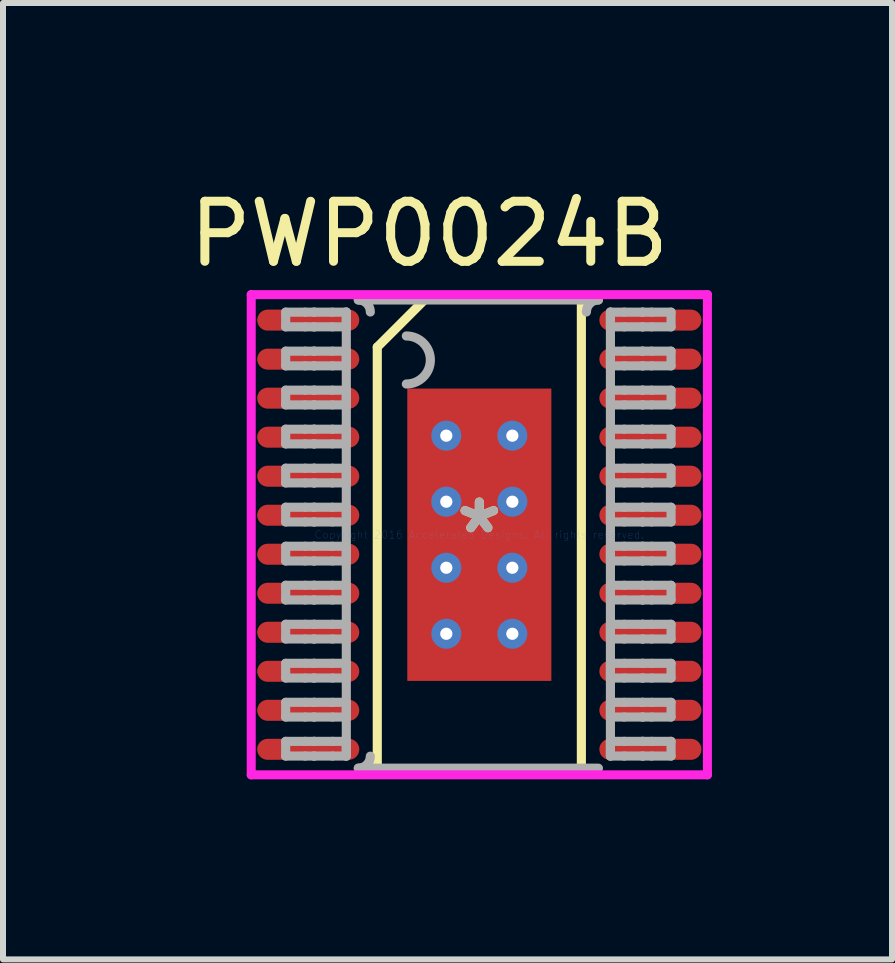
<source format=kicad_pcb>
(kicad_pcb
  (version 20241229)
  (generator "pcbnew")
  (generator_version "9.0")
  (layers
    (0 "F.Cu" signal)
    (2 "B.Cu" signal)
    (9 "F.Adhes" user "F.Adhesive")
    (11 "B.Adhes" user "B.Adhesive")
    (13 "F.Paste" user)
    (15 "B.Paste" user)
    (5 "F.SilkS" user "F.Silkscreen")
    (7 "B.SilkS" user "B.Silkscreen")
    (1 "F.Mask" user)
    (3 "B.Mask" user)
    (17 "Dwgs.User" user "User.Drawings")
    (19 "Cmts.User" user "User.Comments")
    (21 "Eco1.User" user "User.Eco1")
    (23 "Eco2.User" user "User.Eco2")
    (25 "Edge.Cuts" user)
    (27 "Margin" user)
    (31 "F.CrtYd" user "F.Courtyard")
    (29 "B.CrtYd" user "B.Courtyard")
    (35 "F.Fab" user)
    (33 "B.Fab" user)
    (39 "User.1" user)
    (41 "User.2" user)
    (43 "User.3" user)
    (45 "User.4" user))
  (footprint "PWP0024B"
    (layer "F.Cu")
    (at 4.935 5.858)
    (property "Reference" "PWP0024B" (at -0.834 -5.01 0) (layer "F.SilkS") (effects (font (size 1 1) (thickness 0.15))))
    (attr through_hole)
    (fp_line (start -1.7 -3.126) (end -0.876 -3.95) (stroke (width 0.152) (type solid)) (layer "F.SilkS"))
    (fp_line (start -1.7 3.95) (end -1.7 -3.126) (stroke (width 0.152) (type solid)) (layer "F.SilkS"))
    (fp_line (start -1.7 3.95) (end 1.7 3.95) (stroke (width 0.152) (type solid)) (layer "F.SilkS"))
    (fp_line (start -0.876 -3.95) (end 1.7 -3.95) (stroke (width 0.152) (type solid)) (layer "F.SilkS"))
    (fp_line (start 1.7 3.95) (end 1.7 -3.95) (stroke (width 0.152) (type solid)) (layer "F.SilkS"))
    (fp_line (start -3.8 -4) (end -3.8 4) (stroke (width 0.15) (type solid)) (layer "F.CrtYd"))
    (fp_line (start -3.8 4) (end 3.8 4) (stroke (width 0.15) (type solid)) (layer "F.CrtYd"))
    (fp_line (start 3.8 -4) (end -3.8 -4) (stroke (width 0.15) (type solid)) (layer "F.CrtYd"))
    (fp_line (start 3.8 4) (end 3.8 -4) (stroke (width 0.15) (type solid)) (layer "F.CrtYd"))
    (fp_line (start -3.226 -3.708) (end -2.902 -3.708) (stroke (width 0.152) (type solid)) (layer "F.Fab"))
    (fp_line (start -3.226 -3.463) (end -3.226 -3.708) (stroke (width 0.152) (type solid)) (layer "F.Fab"))
    (fp_line (start -3.226 -3.463) (end -2.902 -3.463) (stroke (width 0.152) (type solid)) (layer "F.Fab"))
    (fp_line (start -3.226 -3.058) (end -2.902 -3.058) (stroke (width 0.152) (type solid)) (layer "F.Fab"))
    (fp_line (start -3.226 -2.813) (end -3.226 -3.058) (stroke (width 0.152) (type solid)) (layer "F.Fab"))
    (fp_line (start -3.226 -2.813) (end -2.902 -2.813) (stroke (width 0.152) (type solid)) (layer "F.Fab"))
    (fp_line (start -3.226 -2.408) (end -2.902 -2.408) (stroke (width 0.152) (type solid)) (layer "F.Fab"))
    (fp_line (start -3.226 -2.163) (end -3.226 -2.408) (stroke (width 0.152) (type solid)) (layer "F.Fab"))
    (fp_line (start -3.226 -2.163) (end -2.902 -2.163) (stroke (width 0.152) (type solid)) (layer "F.Fab"))
    (fp_line (start -3.226 -1.758) (end -2.902 -1.758) (stroke (width 0.152) (type solid)) (layer "F.Fab"))
    (fp_line (start -3.226 -1.513) (end -3.226 -1.758) (stroke (width 0.152) (type solid)) (layer "F.Fab"))
    (fp_line (start -3.226 -1.513) (end -2.902 -1.513) (stroke (width 0.152) (type solid)) (layer "F.Fab"))
    (fp_line (start -3.226 -1.108) (end -2.902 -1.108) (stroke (width 0.152) (type solid)) (layer "F.Fab"))
    (fp_line (start -3.226 -0.863) (end -3.226 -1.108) (stroke (width 0.152) (type solid)) (layer "F.Fab"))
    (fp_line (start -3.226 -0.863) (end -2.902 -0.863) (stroke (width 0.152) (type solid)) (layer "F.Fab"))
    (fp_line (start -3.226 -0.458) (end -2.902 -0.458) (stroke (width 0.152) (type solid)) (layer "F.Fab"))
    (fp_line (start -3.226 -0.213) (end -3.226 -0.458) (stroke (width 0.152) (type solid)) (layer "F.Fab"))
    (fp_line (start -3.226 -0.213) (end -2.902 -0.213) (stroke (width 0.152) (type solid)) (layer "F.Fab"))
    (fp_line (start -3.226 0.192) (end -2.902 0.192) (stroke (width 0.152) (type solid)) (layer "F.Fab"))
    (fp_line (start -3.226 0.437) (end -3.226 0.192) (stroke (width 0.152) (type solid)) (layer "F.Fab"))
    (fp_line (start -3.226 0.437) (end -2.902 0.437) (stroke (width 0.152) (type solid)) (layer "F.Fab"))
    (fp_line (start -3.226 0.842) (end -2.902 0.842) (stroke (width 0.152) (type solid)) (layer "F.Fab"))
    (fp_line (start -3.226 1.087) (end -3.226 0.842) (stroke (width 0.152) (type solid)) (layer "F.Fab"))
    (fp_line (start -3.226 1.087) (end -2.902 1.087) (stroke (width 0.152) (type solid)) (layer "F.Fab"))
    (fp_line (start -3.226 1.492) (end -2.902 1.492) (stroke (width 0.152) (type solid)) (layer "F.Fab"))
    (fp_line (start -3.226 1.737) (end -3.226 1.492) (stroke (width 0.152) (type solid)) (layer "F.Fab"))
    (fp_line (start -3.226 1.737) (end -2.902 1.737) (stroke (width 0.152) (type solid)) (layer "F.Fab"))
    (fp_line (start -3.226 2.142) (end -2.902 2.142) (stroke (width 0.152) (type solid)) (layer "F.Fab"))
    (fp_line (start -3.226 2.387) (end -3.226 2.142) (stroke (width 0.152) (type solid)) (layer "F.Fab"))
    (fp_line (start -3.226 2.387) (end -2.902 2.387) (stroke (width 0.152) (type solid)) (layer "F.Fab"))
    (fp_line (start -3.226 2.792) (end -2.902 2.792) (stroke (width 0.152) (type solid)) (layer "F.Fab"))
    (fp_line (start -3.226 3.037) (end -3.226 2.792) (stroke (width 0.152) (type solid)) (layer "F.Fab"))
    (fp_line (start -3.226 3.037) (end -2.902 3.037) (stroke (width 0.152) (type solid)) (layer "F.Fab"))
    (fp_line (start -3.226 3.442) (end -2.902 3.442) (stroke (width 0.152) (type solid)) (layer "F.Fab"))
    (fp_line (start -3.226 3.687) (end -3.226 3.442) (stroke (width 0.152) (type solid)) (layer "F.Fab"))
    (fp_line (start -3.226 3.687) (end -2.902 3.687) (stroke (width 0.152) (type solid)) (layer "F.Fab"))
    (fp_line (start -2.902 -3.708) (end -2.755 -3.708) (stroke (width 0.152) (type solid)) (layer "F.Fab"))
    (fp_line (start -2.902 -3.463) (end -2.755 -3.463) (stroke (width 0.152) (type solid)) (layer "F.Fab"))
    (fp_line (start -2.902 -3.058) (end -2.755 -3.058) (stroke (width 0.152) (type solid)) (layer "F.Fab"))
    (fp_line (start -2.902 -2.813) (end -2.755 -2.813) (stroke (width 0.152) (type solid)) (layer "F.Fab"))
    (fp_line (start -2.902 -2.408) (end -2.755 -2.408) (stroke (width 0.152) (type solid)) (layer "F.Fab"))
    (fp_line (start -2.902 -2.163) (end -2.755 -2.163) (stroke (width 0.152) (type solid)) (layer "F.Fab"))
    (fp_line (start -2.902 -1.758) (end -2.755 -1.758) (stroke (width 0.152) (type solid)) (layer "F.Fab"))
    (fp_line (start -2.902 -1.513) (end -2.755 -1.513) (stroke (width 0.152) (type solid)) (layer "F.Fab"))
    (fp_line (start -2.902 -1.108) (end -2.755 -1.108) (stroke (width 0.152) (type solid)) (layer "F.Fab"))
    (fp_line (start -2.902 -0.863) (end -2.755 -0.863) (stroke (width 0.152) (type solid)) (layer "F.Fab"))
    (fp_line (start -2.902 -0.458) (end -2.755 -0.458) (stroke (width 0.152) (type solid)) (layer "F.Fab"))
    (fp_line (start -2.902 -0.213) (end -2.755 -0.213) (stroke (width 0.152) (type solid)) (layer "F.Fab"))
    (fp_line (start -2.902 0.192) (end -2.755 0.192) (stroke (width 0.152) (type solid)) (layer "F.Fab"))
    (fp_line (start -2.902 0.437) (end -2.755 0.437) (stroke (width 0.152) (type solid)) (layer "F.Fab"))
    (fp_line (start -2.902 0.842) (end -2.755 0.842) (stroke (width 0.152) (type solid)) (layer "F.Fab"))
    (fp_line (start -2.902 1.087) (end -2.755 1.087) (stroke (width 0.152) (type solid)) (layer "F.Fab"))
    (fp_line (start -2.902 1.492) (end -2.755 1.492) (stroke (width 0.152) (type solid)) (layer "F.Fab"))
    (fp_line (start -2.902 1.737) (end -2.755 1.737) (stroke (width 0.152) (type solid)) (layer "F.Fab"))
    (fp_line (start -2.902 2.142) (end -2.755 2.142) (stroke (width 0.152) (type solid)) (layer "F.Fab"))
    (fp_line (start -2.902 2.387) (end -2.755 2.387) (stroke (width 0.152) (type solid)) (layer "F.Fab"))
    (fp_line (start -2.902 2.792) (end -2.755 2.792) (stroke (width 0.152) (type solid)) (layer "F.Fab"))
    (fp_line (start -2.902 3.037) (end -2.755 3.037) (stroke (width 0.152) (type solid)) (layer "F.Fab"))
    (fp_line (start -2.902 3.442) (end -2.755 3.442) (stroke (width 0.152) (type solid)) (layer "F.Fab"))
    (fp_line (start -2.902 3.687) (end -2.755 3.687) (stroke (width 0.152) (type solid)) (layer "F.Fab"))
    (fp_line (start -2.755 -3.708) (end -2.749 -3.708) (stroke (width 0.152) (type solid)) (layer "F.Fab"))
    (fp_line (start -2.755 -3.463) (end -2.749 -3.463) (stroke (width 0.152) (type solid)) (layer "F.Fab"))
    (fp_line (start -2.755 -3.058) (end -2.749 -3.058) (stroke (width 0.152) (type solid)) (layer "F.Fab"))
    (fp_line (start -2.755 -2.813) (end -2.749 -2.813) (stroke (width 0.152) (type solid)) (layer "F.Fab"))
    (fp_line (start -2.755 -2.408) (end -2.749 -2.408) (stroke (width 0.152) (type solid)) (layer "F.Fab"))
    (fp_line (start -2.755 -2.163) (end -2.749 -2.163) (stroke (width 0.152) (type solid)) (layer "F.Fab"))
    (fp_line (start -2.755 -1.758) (end -2.749 -1.758) (stroke (width 0.152) (type solid)) (layer "F.Fab"))
    (fp_line (start -2.755 -1.513) (end -2.749 -1.513) (stroke (width 0.152) (type solid)) (layer "F.Fab"))
    (fp_line (start -2.755 -1.108) (end -2.749 -1.108) (stroke (width 0.152) (type solid)) (layer "F.Fab"))
    (fp_line (start -2.755 -0.863) (end -2.749 -0.863) (stroke (width 0.152) (type solid)) (layer "F.Fab"))
    (fp_line (start -2.755 -0.458) (end -2.749 -0.458) (stroke (width 0.152) (type solid)) (layer "F.Fab"))
    (fp_line (start -2.755 -0.213) (end -2.749 -0.213) (stroke (width 0.152) (type solid)) (layer "F.Fab"))
    (fp_line (start -2.755 0.192) (end -2.749 0.192) (stroke (width 0.152) (type solid)) (layer "F.Fab"))
    (fp_line (start -2.755 0.437) (end -2.749 0.437) (stroke (width 0.152) (type solid)) (layer "F.Fab"))
    (fp_line (start -2.755 0.842) (end -2.749 0.842) (stroke (width 0.152) (type solid)) (layer "F.Fab"))
    (fp_line (start -2.755 1.087) (end -2.749 1.087) (stroke (width 0.152) (type solid)) (layer "F.Fab"))
    (fp_line (start -2.755 1.492) (end -2.749 1.492) (stroke (width 0.152) (type solid)) (layer "F.Fab"))
    (fp_line (start -2.755 1.737) (end -2.749 1.737) (stroke (width 0.152) (type solid)) (layer "F.Fab"))
    (fp_line (start -2.755 2.142) (end -2.749 2.142) (stroke (width 0.152) (type solid)) (layer "F.Fab"))
    (fp_line (start -2.755 2.387) (end -2.749 2.387) (stroke (width 0.152) (type solid)) (layer "F.Fab"))
    (fp_line (start -2.755 2.792) (end -2.749 2.792) (stroke (width 0.152) (type solid)) (layer "F.Fab"))
    (fp_line (start -2.755 3.037) (end -2.749 3.037) (stroke (width 0.152) (type solid)) (layer "F.Fab"))
    (fp_line (start -2.755 3.442) (end -2.749 3.442) (stroke (width 0.152) (type solid)) (layer "F.Fab"))
    (fp_line (start -2.755 3.687) (end -2.749 3.687) (stroke (width 0.152) (type solid)) (layer "F.Fab"))
    (fp_line (start -2.749 -3.708) (end -2.446 -3.708) (stroke (width 0.152) (type solid)) (layer "F.Fab"))
    (fp_line (start -2.749 -3.463) (end -2.446 -3.463) (stroke (width 0.152) (type solid)) (layer "F.Fab"))
    (fp_line (start -2.749 -3.058) (end -2.446 -3.058) (stroke (width 0.152) (type solid)) (layer "F.Fab"))
    (fp_line (start -2.749 -2.813) (end -2.446 -2.813) (stroke (width 0.152) (type solid)) (layer "F.Fab"))
    (fp_line (start -2.749 -2.408) (end -2.446 -2.408) (stroke (width 0.152) (type solid)) (layer "F.Fab"))
    (fp_line (start -2.749 -2.163) (end -2.446 -2.163) (stroke (width 0.152) (type solid)) (layer "F.Fab"))
    (fp_line (start -2.749 -1.758) (end -2.446 -1.758) (stroke (width 0.152) (type solid)) (layer "F.Fab"))
    (fp_line (start -2.749 -1.513) (end -2.446 -1.513) (stroke (width 0.152) (type solid)) (layer "F.Fab"))
    (fp_line (start -2.749 -1.108) (end -2.446 -1.108) (stroke (width 0.152) (type solid)) (layer "F.Fab"))
    (fp_line (start -2.749 -0.863) (end -2.446 -0.863) (stroke (width 0.152) (type solid)) (layer "F.Fab"))
    (fp_line (start -2.749 -0.458) (end -2.446 -0.458) (stroke (width 0.152) (type solid)) (layer "F.Fab"))
    (fp_line (start -2.749 -0.213) (end -2.446 -0.213) (stroke (width 0.152) (type solid)) (layer "F.Fab"))
    (fp_line (start -2.749 0.192) (end -2.446 0.192) (stroke (width 0.152) (type solid)) (layer "F.Fab"))
    (fp_line (start -2.749 0.437) (end -2.446 0.437) (stroke (width 0.152) (type solid)) (layer "F.Fab"))
    (fp_line (start -2.749 0.842) (end -2.446 0.842) (stroke (width 0.152) (type solid)) (layer "F.Fab"))
    (fp_line (start -2.749 1.087) (end -2.446 1.087) (stroke (width 0.152) (type solid)) (layer "F.Fab"))
    (fp_line (start -2.749 1.492) (end -2.446 1.492) (stroke (width 0.152) (type solid)) (layer "F.Fab"))
    (fp_line (start -2.749 1.737) (end -2.446 1.737) (stroke (width 0.152) (type solid)) (layer "F.Fab"))
    (fp_line (start -2.749 2.142) (end -2.446 2.142) (stroke (width 0.152) (type solid)) (layer "F.Fab"))
    (fp_line (start -2.749 2.387) (end -2.446 2.387) (stroke (width 0.152) (type solid)) (layer "F.Fab"))
    (fp_line (start -2.749 2.792) (end -2.446 2.792) (stroke (width 0.152) (type solid)) (layer "F.Fab"))
    (fp_line (start -2.749 3.037) (end -2.446 3.037) (stroke (width 0.152) (type solid)) (layer "F.Fab"))
    (fp_line (start -2.749 3.442) (end -2.446 3.442) (stroke (width 0.152) (type solid)) (layer "F.Fab"))
    (fp_line (start -2.749 3.687) (end -2.446 3.687) (stroke (width 0.152) (type solid)) (layer "F.Fab"))
    (fp_line (start -2.446 -3.708) (end -2.216 -3.708) (stroke (width 0.152) (type solid)) (layer "F.Fab"))
    (fp_line (start -2.446 -3.463) (end -2.216 -3.463) (stroke (width 0.152) (type solid)) (layer "F.Fab"))
    (fp_line (start -2.446 -3.058) (end -2.216 -3.058) (stroke (width 0.152) (type solid)) (layer "F.Fab"))
    (fp_line (start -2.446 -2.813) (end -2.216 -2.813) (stroke (width 0.152) (type solid)) (layer "F.Fab"))
    (fp_line (start -2.446 -2.408) (end -2.216 -2.408) (stroke (width 0.152) (type solid)) (layer "F.Fab"))
    (fp_line (start -2.446 -2.163) (end -2.216 -2.163) (stroke (width 0.152) (type solid)) (layer "F.Fab"))
    (fp_line (start -2.446 -1.758) (end -2.216 -1.758) (stroke (width 0.152) (type solid)) (layer "F.Fab"))
    (fp_line (start -2.446 -1.513) (end -2.216 -1.513) (stroke (width 0.152) (type solid)) (layer "F.Fab"))
    (fp_line (start -2.446 -1.108) (end -2.216 -1.108) (stroke (width 0.152) (type solid)) (layer "F.Fab"))
    (fp_line (start -2.446 -0.863) (end -2.216 -0.863) (stroke (width 0.152) (type solid)) (layer "F.Fab"))
    (fp_line (start -2.446 -0.458) (end -2.216 -0.458) (stroke (width 0.152) (type solid)) (layer "F.Fab"))
    (fp_line (start -2.446 -0.213) (end -2.216 -0.213) (stroke (width 0.152) (type solid)) (layer "F.Fab"))
    (fp_line (start -2.446 0.192) (end -2.216 0.192) (stroke (width 0.152) (type solid)) (layer "F.Fab"))
    (fp_line (start -2.446 0.437) (end -2.216 0.437) (stroke (width 0.152) (type solid)) (layer "F.Fab"))
    (fp_line (start -2.446 0.842) (end -2.216 0.842) (stroke (width 0.152) (type solid)) (layer "F.Fab"))
    (fp_line (start -2.446 1.087) (end -2.216 1.087) (stroke (width 0.152) (type solid)) (layer "F.Fab"))
    (fp_line (start -2.446 1.492) (end -2.216 1.492) (stroke (width 0.152) (type solid)) (layer "F.Fab"))
    (fp_line (start -2.446 1.737) (end -2.216 1.737) (stroke (width 0.152) (type solid)) (layer "F.Fab"))
    (fp_line (start -2.446 2.142) (end -2.216 2.142) (stroke (width 0.152) (type solid)) (layer "F.Fab"))
    (fp_line (start -2.446 2.387) (end -2.216 2.387) (stroke (width 0.152) (type solid)) (layer "F.Fab"))
    (fp_line (start -2.446 2.792) (end -2.216 2.792) (stroke (width 0.152) (type solid)) (layer "F.Fab"))
    (fp_line (start -2.446 3.037) (end -2.216 3.037) (stroke (width 0.152) (type solid)) (layer "F.Fab"))
    (fp_line (start -2.446 3.442) (end -2.216 3.442) (stroke (width 0.152) (type solid)) (layer "F.Fab"))
    (fp_line (start -2.446 3.687) (end -2.216 3.687) (stroke (width 0.152) (type solid)) (layer "F.Fab"))
    (fp_line (start -2.216 -3.463) (end -2.216 -3.708) (stroke (width 0.152) (type solid)) (layer "F.Fab"))
    (fp_line (start -2.216 -2.813) (end -2.216 -3.058) (stroke (width 0.152) (type solid)) (layer "F.Fab"))
    (fp_line (start -2.216 -2.163) (end -2.216 -2.408) (stroke (width 0.152) (type solid)) (layer "F.Fab"))
    (fp_line (start -2.216 -1.513) (end -2.216 -1.758) (stroke (width 0.152) (type solid)) (layer "F.Fab"))
    (fp_line (start -2.216 -0.863) (end -2.216 -1.108) (stroke (width 0.152) (type solid)) (layer "F.Fab"))
    (fp_line (start -2.216 -0.213) (end -2.216 -0.458) (stroke (width 0.152) (type solid)) (layer "F.Fab"))
    (fp_line (start -2.216 0.437) (end -2.216 0.192) (stroke (width 0.152) (type solid)) (layer "F.Fab"))
    (fp_line (start -2.216 1.087) (end -2.216 0.842) (stroke (width 0.152) (type solid)) (layer "F.Fab"))
    (fp_line (start -2.216 1.737) (end -2.216 1.492) (stroke (width 0.152) (type solid)) (layer "F.Fab"))
    (fp_line (start -2.216 2.387) (end -2.216 2.142) (stroke (width 0.152) (type solid)) (layer "F.Fab"))
    (fp_line (start -2.216 3.037) (end -2.216 2.792) (stroke (width 0.152) (type solid)) (layer "F.Fab"))
    (fp_line (start -2.216 3.687) (end -2.216 3.442) (stroke (width 0.152) (type solid)) (layer "F.Fab"))
    (fp_line (start -2.216 3.689) (end -2.216 -3.711) (stroke (width 0.152) (type solid)) (layer "F.Fab"))
    (fp_line (start -2.016 -3.911) (end 1.984 -3.911) (stroke (width 0.152) (type solid)) (layer "F.Fab"))
    (fp_line (start -2.016 3.889) (end 1.984 3.889) (stroke (width 0.152) (type solid)) (layer "F.Fab"))
    (fp_line (start 2.184 -3.708) (end 2.415 -3.708) (stroke (width 0.152) (type solid)) (layer "F.Fab"))
    (fp_line (start 2.184 -3.463) (end 2.184 -3.708) (stroke (width 0.152) (type solid)) (layer "F.Fab"))
    (fp_line (start 2.184 -3.463) (end 2.415 -3.463) (stroke (width 0.152) (type solid)) (layer "F.Fab"))
    (fp_line (start 2.184 -3.058) (end 2.415 -3.058) (stroke (width 0.152) (type solid)) (layer "F.Fab"))
    (fp_line (start 2.184 -2.813) (end 2.184 -3.058) (stroke (width 0.152) (type solid)) (layer "F.Fab"))
    (fp_line (start 2.184 -2.813) (end 2.415 -2.813) (stroke (width 0.152) (type solid)) (layer "F.Fab"))
    (fp_line (start 2.184 -2.408) (end 2.415 -2.408) (stroke (width 0.152) (type solid)) (layer "F.Fab"))
    (fp_line (start 2.184 -2.163) (end 2.184 -2.408) (stroke (width 0.152) (type solid)) (layer "F.Fab"))
    (fp_line (start 2.184 -2.163) (end 2.415 -2.163) (stroke (width 0.152) (type solid)) (layer "F.Fab"))
    (fp_line (start 2.184 -1.758) (end 2.415 -1.758) (stroke (width 0.152) (type solid)) (layer "F.Fab"))
    (fp_line (start 2.184 -1.513) (end 2.184 -1.758) (stroke (width 0.152) (type solid)) (layer "F.Fab"))
    (fp_line (start 2.184 -1.513) (end 2.415 -1.513) (stroke (width 0.152) (type solid)) (layer "F.Fab"))
    (fp_line (start 2.184 -1.108) (end 2.415 -1.108) (stroke (width 0.152) (type solid)) (layer "F.Fab"))
    (fp_line (start 2.184 -0.863) (end 2.184 -1.108) (stroke (width 0.152) (type solid)) (layer "F.Fab"))
    (fp_line (start 2.184 -0.863) (end 2.415 -0.863) (stroke (width 0.152) (type solid)) (layer "F.Fab"))
    (fp_line (start 2.184 -0.458) (end 2.415 -0.458) (stroke (width 0.152) (type solid)) (layer "F.Fab"))
    (fp_line (start 2.184 -0.213) (end 2.184 -0.458) (stroke (width 0.152) (type solid)) (layer "F.Fab"))
    (fp_line (start 2.184 -0.213) (end 2.415 -0.213) (stroke (width 0.152) (type solid)) (layer "F.Fab"))
    (fp_line (start 2.184 0.192) (end 2.415 0.192) (stroke (width 0.152) (type solid)) (layer "F.Fab"))
    (fp_line (start 2.184 0.437) (end 2.184 0.192) (stroke (width 0.152) (type solid)) (layer "F.Fab"))
    (fp_line (start 2.184 0.437) (end 2.415 0.437) (stroke (width 0.152) (type solid)) (layer "F.Fab"))
    (fp_line (start 2.184 0.842) (end 2.415 0.842) (stroke (width 0.152) (type solid)) (layer "F.Fab"))
    (fp_line (start 2.184 1.087) (end 2.184 0.842) (stroke (width 0.152) (type solid)) (layer "F.Fab"))
    (fp_line (start 2.184 1.087) (end 2.415 1.087) (stroke (width 0.152) (type solid)) (layer "F.Fab"))
    (fp_line (start 2.184 1.492) (end 2.415 1.492) (stroke (width 0.152) (type solid)) (layer "F.Fab"))
    (fp_line (start 2.184 1.737) (end 2.184 1.492) (stroke (width 0.152) (type solid)) (layer "F.Fab"))
    (fp_line (start 2.184 1.737) (end 2.415 1.737) (stroke (width 0.152) (type solid)) (layer "F.Fab"))
    (fp_line (start 2.184 2.142) (end 2.415 2.142) (stroke (width 0.152) (type solid)) (layer "F.Fab"))
    (fp_line (start 2.184 2.387) (end 2.184 2.142) (stroke (width 0.152) (type solid)) (layer "F.Fab"))
    (fp_line (start 2.184 2.387) (end 2.415 2.387) (stroke (width 0.152) (type solid)) (layer "F.Fab"))
    (fp_line (start 2.184 2.792) (end 2.415 2.792) (stroke (width 0.152) (type solid)) (layer "F.Fab"))
    (fp_line (start 2.184 3.037) (end 2.184 2.792) (stroke (width 0.152) (type solid)) (layer "F.Fab"))
    (fp_line (start 2.184 3.037) (end 2.415 3.037) (stroke (width 0.152) (type solid)) (layer "F.Fab"))
    (fp_line (start 2.184 3.442) (end 2.415 3.442) (stroke (width 0.152) (type solid)) (layer "F.Fab"))
    (fp_line (start 2.184 3.687) (end 2.184 3.442) (stroke (width 0.152) (type solid)) (layer "F.Fab"))
    (fp_line (start 2.184 3.687) (end 2.415 3.687) (stroke (width 0.152) (type solid)) (layer "F.Fab"))
    (fp_line (start 2.184 3.689) (end 2.184 -3.711) (stroke (width 0.152) (type solid)) (layer "F.Fab"))
    (fp_line (start 2.415 -3.708) (end 2.718 -3.708) (stroke (width 0.152) (type solid)) (layer "F.Fab"))
    (fp_line (start 2.415 -3.463) (end 2.718 -3.463) (stroke (width 0.152) (type solid)) (layer "F.Fab"))
    (fp_line (start 2.415 -3.058) (end 2.718 -3.058) (stroke (width 0.152) (type solid)) (layer "F.Fab"))
    (fp_line (start 2.415 -2.813) (end 2.718 -2.813) (stroke (width 0.152) (type solid)) (layer "F.Fab"))
    (fp_line (start 2.415 -2.408) (end 2.718 -2.408) (stroke (width 0.152) (type solid)) (layer "F.Fab"))
    (fp_line (start 2.415 -2.163) (end 2.718 -2.163) (stroke (width 0.152) (type solid)) (layer "F.Fab"))
    (fp_line (start 2.415 -1.758) (end 2.718 -1.758) (stroke (width 0.152) (type solid)) (layer "F.Fab"))
    (fp_line (start 2.415 -1.513) (end 2.718 -1.513) (stroke (width 0.152) (type solid)) (layer "F.Fab"))
    (fp_line (start 2.415 -1.108) (end 2.718 -1.108) (stroke (width 0.152) (type solid)) (layer "F.Fab"))
    (fp_line (start 2.415 -0.863) (end 2.718 -0.863) (stroke (width 0.152) (type solid)) (layer "F.Fab"))
    (fp_line (start 2.415 -0.458) (end 2.718 -0.458) (stroke (width 0.152) (type solid)) (layer "F.Fab"))
    (fp_line (start 2.415 -0.213) (end 2.718 -0.213) (stroke (width 0.152) (type solid)) (layer "F.Fab"))
    (fp_line (start 2.415 0.192) (end 2.718 0.192) (stroke (width 0.152) (type solid)) (layer "F.Fab"))
    (fp_line (start 2.415 0.437) (end 2.718 0.437) (stroke (width 0.152) (type solid)) (layer "F.Fab"))
    (fp_line (start 2.415 0.842) (end 2.718 0.842) (stroke (width 0.152) (type solid)) (layer "F.Fab"))
    (fp_line (start 2.415 1.087) (end 2.718 1.087) (stroke (width 0.152) (type solid)) (layer "F.Fab"))
    (fp_line (start 2.415 1.492) (end 2.718 1.492) (stroke (width 0.152) (type solid)) (layer "F.Fab"))
    (fp_line (start 2.415 1.737) (end 2.718 1.737) (stroke (width 0.152) (type solid)) (layer "F.Fab"))
    (fp_line (start 2.415 2.142) (end 2.718 2.142) (stroke (width 0.152) (type solid)) (layer "F.Fab"))
    (fp_line (start 2.415 2.387) (end 2.718 2.387) (stroke (width 0.152) (type solid)) (layer "F.Fab"))
    (fp_line (start 2.415 2.792) (end 2.718 2.792) (stroke (width 0.152) (type solid)) (layer "F.Fab"))
    (fp_line (start 2.415 3.037) (end 2.718 3.037) (stroke (width 0.152) (type solid)) (layer "F.Fab"))
    (fp_line (start 2.415 3.442) (end 2.718 3.442) (stroke (width 0.152) (type solid)) (layer "F.Fab"))
    (fp_line (start 2.415 3.687) (end 2.718 3.687) (stroke (width 0.152) (type solid)) (layer "F.Fab"))
    (fp_line (start 2.718 -3.708) (end 2.723 -3.708) (stroke (width 0.152) (type solid)) (layer "F.Fab"))
    (fp_line (start 2.718 -3.463) (end 2.723 -3.463) (stroke (width 0.152) (type solid)) (layer "F.Fab"))
    (fp_line (start 2.718 -3.058) (end 2.723 -3.058) (stroke (width 0.152) (type solid)) (layer "F.Fab"))
    (fp_line (start 2.718 -2.813) (end 2.723 -2.813) (stroke (width 0.152) (type solid)) (layer "F.Fab"))
    (fp_line (start 2.718 -2.408) (end 2.723 -2.408) (stroke (width 0.152) (type solid)) (layer "F.Fab"))
    (fp_line (start 2.718 -2.163) (end 2.723 -2.163) (stroke (width 0.152) (type solid)) (layer "F.Fab"))
    (fp_line (start 2.718 -1.758) (end 2.723 -1.758) (stroke (width 0.152) (type solid)) (layer "F.Fab"))
    (fp_line (start 2.718 -1.513) (end 2.723 -1.513) (stroke (width 0.152) (type solid)) (layer "F.Fab"))
    (fp_line (start 2.718 -1.108) (end 2.723 -1.108) (stroke (width 0.152) (type solid)) (layer "F.Fab"))
    (fp_line (start 2.718 -0.863) (end 2.723 -0.863) (stroke (width 0.152) (type solid)) (layer "F.Fab"))
    (fp_line (start 2.718 -0.458) (end 2.723 -0.458) (stroke (width 0.152) (type solid)) (layer "F.Fab"))
    (fp_line (start 2.718 -0.213) (end 2.723 -0.213) (stroke (width 0.152) (type solid)) (layer "F.Fab"))
    (fp_line (start 2.718 0.192) (end 2.723 0.192) (stroke (width 0.152) (type solid)) (layer "F.Fab"))
    (fp_line (start 2.718 0.437) (end 2.723 0.437) (stroke (width 0.152) (type solid)) (layer "F.Fab"))
    (fp_line (start 2.718 0.842) (end 2.723 0.842) (stroke (width 0.152) (type solid)) (layer "F.Fab"))
    (fp_line (start 2.718 1.087) (end 2.723 1.087) (stroke (width 0.152) (type solid)) (layer "F.Fab"))
    (fp_line (start 2.718 1.492) (end 2.723 1.492) (stroke (width 0.152) (type solid)) (layer "F.Fab"))
    (fp_line (start 2.718 1.737) (end 2.723 1.737) (stroke (width 0.152) (type solid)) (layer "F.Fab"))
    (fp_line (start 2.718 2.142) (end 2.723 2.142) (stroke (width 0.152) (type solid)) (layer "F.Fab"))
    (fp_line (start 2.718 2.387) (end 2.723 2.387) (stroke (width 0.152) (type solid)) (layer "F.Fab"))
    (fp_line (start 2.718 2.792) (end 2.723 2.792) (stroke (width 0.152) (type solid)) (layer "F.Fab"))
    (fp_line (start 2.718 3.037) (end 2.723 3.037) (stroke (width 0.152) (type solid)) (layer "F.Fab"))
    (fp_line (start 2.718 3.442) (end 2.723 3.442) (stroke (width 0.152) (type solid)) (layer "F.Fab"))
    (fp_line (start 2.718 3.687) (end 2.723 3.687) (stroke (width 0.152) (type solid)) (layer "F.Fab"))
    (fp_line (start 2.723 -3.708) (end 2.871 -3.708) (stroke (width 0.152) (type solid)) (layer "F.Fab"))
    (fp_line (start 2.723 -3.463) (end 2.871 -3.463) (stroke (width 0.152) (type solid)) (layer "F.Fab"))
    (fp_line (start 2.723 -3.058) (end 2.871 -3.058) (stroke (width 0.152) (type solid)) (layer "F.Fab"))
    (fp_line (start 2.723 -2.813) (end 2.871 -2.813) (stroke (width 0.152) (type solid)) (layer "F.Fab"))
    (fp_line (start 2.723 -2.408) (end 2.871 -2.408) (stroke (width 0.152) (type solid)) (layer "F.Fab"))
    (fp_line (start 2.723 -2.163) (end 2.871 -2.163) (stroke (width 0.152) (type solid)) (layer "F.Fab"))
    (fp_line (start 2.723 -1.758) (end 2.871 -1.758) (stroke (width 0.152) (type solid)) (layer "F.Fab"))
    (fp_line (start 2.723 -1.513) (end 2.871 -1.513) (stroke (width 0.152) (type solid)) (layer "F.Fab"))
    (fp_line (start 2.723 -1.108) (end 2.871 -1.108) (stroke (width 0.152) (type solid)) (layer "F.Fab"))
    (fp_line (start 2.723 -0.863) (end 2.871 -0.863) (stroke (width 0.152) (type solid)) (layer "F.Fab"))
    (fp_line (start 2.723 -0.458) (end 2.871 -0.458) (stroke (width 0.152) (type solid)) (layer "F.Fab"))
    (fp_line (start 2.723 -0.213) (end 2.871 -0.213) (stroke (width 0.152) (type solid)) (layer "F.Fab"))
    (fp_line (start 2.723 0.192) (end 2.871 0.192) (stroke (width 0.152) (type solid)) (layer "F.Fab"))
    (fp_line (start 2.723 0.437) (end 2.871 0.437) (stroke (width 0.152) (type solid)) (layer "F.Fab"))
    (fp_line (start 2.723 0.842) (end 2.871 0.842) (stroke (width 0.152) (type solid)) (layer "F.Fab"))
    (fp_line (start 2.723 1.087) (end 2.871 1.087) (stroke (width 0.152) (type solid)) (layer "F.Fab"))
    (fp_line (start 2.723 1.492) (end 2.871 1.492) (stroke (width 0.152) (type solid)) (layer "F.Fab"))
    (fp_line (start 2.723 1.737) (end 2.871 1.737) (stroke (width 0.152) (type solid)) (layer "F.Fab"))
    (fp_line (start 2.723 2.142) (end 2.871 2.142) (stroke (width 0.152) (type solid)) (layer "F.Fab"))
    (fp_line (start 2.723 2.387) (end 2.871 2.387) (stroke (width 0.152) (type solid)) (layer "F.Fab"))
    (fp_line (start 2.723 2.792) (end 2.871 2.792) (stroke (width 0.152) (type solid)) (layer "F.Fab"))
    (fp_line (start 2.723 3.037) (end 2.871 3.037) (stroke (width 0.152) (type solid)) (layer "F.Fab"))
    (fp_line (start 2.723 3.442) (end 2.871 3.442) (stroke (width 0.152) (type solid)) (layer "F.Fab"))
    (fp_line (start 2.723 3.687) (end 2.871 3.687) (stroke (width 0.152) (type solid)) (layer "F.Fab"))
    (fp_line (start 2.871 -3.708) (end 3.194 -3.708) (stroke (width 0.152) (type solid)) (layer "F.Fab"))
    (fp_line (start 2.871 -3.463) (end 3.194 -3.463) (stroke (width 0.152) (type solid)) (layer "F.Fab"))
    (fp_line (start 2.871 -3.058) (end 3.194 -3.058) (stroke (width 0.152) (type solid)) (layer "F.Fab"))
    (fp_line (start 2.871 -2.813) (end 3.194 -2.813) (stroke (width 0.152) (type solid)) (layer "F.Fab"))
    (fp_line (start 2.871 -2.408) (end 3.194 -2.408) (stroke (width 0.152) (type solid)) (layer "F.Fab"))
    (fp_line (start 2.871 -2.163) (end 3.194 -2.163) (stroke (width 0.152) (type solid)) (layer "F.Fab"))
    (fp_line (start 2.871 -1.758) (end 3.194 -1.758) (stroke (width 0.152) (type solid)) (layer "F.Fab"))
    (fp_line (start 2.871 -1.513) (end 3.194 -1.513) (stroke (width 0.152) (type solid)) (layer "F.Fab"))
    (fp_line (start 2.871 -1.108) (end 3.194 -1.108) (stroke (width 0.152) (type solid)) (layer "F.Fab"))
    (fp_line (start 2.871 -0.863) (end 3.194 -0.863) (stroke (width 0.152) (type solid)) (layer "F.Fab"))
    (fp_line (start 2.871 -0.458) (end 3.194 -0.458) (stroke (width 0.152) (type solid)) (layer "F.Fab"))
    (fp_line (start 2.871 -0.213) (end 3.194 -0.213) (stroke (width 0.152) (type solid)) (layer "F.Fab"))
    (fp_line (start 2.871 0.192) (end 3.194 0.192) (stroke (width 0.152) (type solid)) (layer "F.Fab"))
    (fp_line (start 2.871 0.437) (end 3.194 0.437) (stroke (width 0.152) (type solid)) (layer "F.Fab"))
    (fp_line (start 2.871 0.842) (end 3.194 0.842) (stroke (width 0.152) (type solid)) (layer "F.Fab"))
    (fp_line (start 2.871 1.087) (end 3.194 1.087) (stroke (width 0.152) (type solid)) (layer "F.Fab"))
    (fp_line (start 2.871 1.492) (end 3.194 1.492) (stroke (width 0.152) (type solid)) (layer "F.Fab"))
    (fp_line (start 2.871 1.737) (end 3.194 1.737) (stroke (width 0.152) (type solid)) (layer "F.Fab"))
    (fp_line (start 2.871 2.142) (end 3.194 2.142) (stroke (width 0.152) (type solid)) (layer "F.Fab"))
    (fp_line (start 2.871 2.387) (end 3.194 2.387) (stroke (width 0.152) (type solid)) (layer "F.Fab"))
    (fp_line (start 2.871 2.792) (end 3.194 2.792) (stroke (width 0.152) (type solid)) (layer "F.Fab"))
    (fp_line (start 2.871 3.037) (end 3.194 3.037) (stroke (width 0.152) (type solid)) (layer "F.Fab"))
    (fp_line (start 2.871 3.442) (end 3.194 3.442) (stroke (width 0.152) (type solid)) (layer "F.Fab"))
    (fp_line (start 2.871 3.687) (end 3.194 3.687) (stroke (width 0.152) (type solid)) (layer "F.Fab"))
    (fp_line (start 3.194 -3.463) (end 3.194 -3.708) (stroke (width 0.152) (type solid)) (layer "F.Fab"))
    (fp_line (start 3.194 -2.813) (end 3.194 -3.058) (stroke (width 0.152) (type solid)) (layer "F.Fab"))
    (fp_line (start 3.194 -2.163) (end 3.194 -2.408) (stroke (width 0.152) (type solid)) (layer "F.Fab"))
    (fp_line (start 3.194 -1.513) (end 3.194 -1.758) (stroke (width 0.152) (type solid)) (layer "F.Fab"))
    (fp_line (start 3.194 -0.863) (end 3.194 -1.108) (stroke (width 0.152) (type solid)) (layer "F.Fab"))
    (fp_line (start 3.194 -0.213) (end 3.194 -0.458) (stroke (width 0.152) (type solid)) (layer "F.Fab"))
    (fp_line (start 3.194 0.437) (end 3.194 0.192) (stroke (width 0.152) (type solid)) (layer "F.Fab"))
    (fp_line (start 3.194 1.087) (end 3.194 0.842) (stroke (width 0.152) (type solid)) (layer "F.Fab"))
    (fp_line (start 3.194 1.737) (end 3.194 1.492) (stroke (width 0.152) (type solid)) (layer "F.Fab"))
    (fp_line (start 3.194 2.387) (end 3.194 2.142) (stroke (width 0.152) (type solid)) (layer "F.Fab"))
    (fp_line (start 3.194 3.037) (end 3.194 2.792) (stroke (width 0.152) (type solid)) (layer "F.Fab"))
    (fp_line (start 3.194 3.687) (end 3.194 3.442) (stroke (width 0.152) (type solid)) (layer "F.Fab"))
    (fp_arc (start -2.015693 -3.910914) (mid -1.874272 -3.852336) (end -1.815694 -3.710915) (stroke (width 0.1524) (type solid)) (layer "F.Fab"))
    (fp_arc (start -1.815694 3.689096) (mid -1.874272 3.830517) (end -2.015693 3.889095) (stroke (width 0.1524) (type solid)) (layer "F.Fab"))
    (fp_arc (start -1.215695 -3.310915) (mid -0.815696 -2.910916) (end -1.215695 -2.510917) (stroke (width 0.1524) (type solid)) (layer "F.Fab"))
    (fp_arc (start 1.784299 -3.710915) (mid 1.842878 -3.852336) (end 1.984299 -3.910915) (stroke (width 0.1524) (type solid)) (layer "F.Fab"))
    (fp_text user "*" (at 0 0 0) (layer "F.SilkS") (effects (font (size 1 1) (thickness 0.15))))
    (fp_text user "Copyright 2016 Accelerated Designs. All rights reserved." (at 0 0 0) (layer "Cmts.User") (effects (font (size 0.127 0.127) (thickness 0.002))))
    (fp_text user "*" (at 0 0 0) (layer "F.Fab") (effects (font (size 1 1) (thickness 0.15))))
    (pad "1" smd oval (at -2.85 -3.575 90) (size 0.35 1.7) (layers "F.Cu" "F.Mask" "F.Paste"))
    (pad "2" smd oval (at -2.85 -2.925 90) (size 0.35 1.7) (layers "F.Cu" "F.Mask" "F.Paste"))
    (pad "3" smd oval (at -2.85 -2.275 90) (size 0.35 1.7) (layers "F.Cu" "F.Mask" "F.Paste"))
    (pad "4" smd oval (at -2.85 -1.625 90) (size 0.35 1.7) (layers "F.Cu" "F.Mask" "F.Paste"))
    (pad "5" smd oval (at -2.85 -0.975 90) (size 0.35 1.7) (layers "F.Cu" "F.Mask" "F.Paste"))
    (pad "6" smd oval (at -2.85 -0.325 90) (size 0.35 1.7) (layers "F.Cu" "F.Mask" "F.Paste"))
    (pad "7" smd oval (at -2.85 0.325 90) (size 0.35 1.7) (layers "F.Cu" "F.Mask" "F.Paste"))
    (pad "8" smd oval (at -2.85 0.975 90) (size 0.35 1.7) (layers "F.Cu" "F.Mask" "F.Paste"))
    (pad "9" smd oval (at -2.85 1.625 90) (size 0.35 1.7) (layers "F.Cu" "F.Mask" "F.Paste"))
    (pad "10" smd oval (at -2.85 2.275 90) (size 0.35 1.7) (layers "F.Cu" "F.Mask" "F.Paste"))
    (pad "11" smd oval (at -2.85 2.925 90) (size 0.35 1.7) (layers "F.Cu" "F.Mask" "F.Paste"))
    (pad "12" smd oval (at -2.85 3.575 90) (size 0.35 1.7) (layers "F.Cu" "F.Mask" "F.Paste"))
    (pad "13" smd oval (at 2.85 3.575 90) (size 0.35 1.7) (layers "F.Cu" "F.Mask" "F.Paste"))
    (pad "14" smd oval (at 2.85 2.925 90) (size 0.35 1.7) (layers "F.Cu" "F.Mask" "F.Paste"))
    (pad "15" smd oval (at 2.85 2.275 90) (size 0.35 1.7) (layers "F.Cu" "F.Mask" "F.Paste"))
    (pad "16" smd oval (at 2.85 1.625 90) (size 0.35 1.7) (layers "F.Cu" "F.Mask" "F.Paste"))
    (pad "17" smd oval (at 2.85 0.975 90) (size 0.35 1.7) (layers "F.Cu" "F.Mask" "F.Paste"))
    (pad "18" smd oval (at 2.85 0.325 90) (size 0.35 1.7) (layers "F.Cu" "F.Mask" "F.Paste"))
    (pad "19" smd oval (at 2.85 -0.325 90) (size 0.35 1.7) (layers "F.Cu" "F.Mask" "F.Paste"))
    (pad "20" smd oval (at 2.85 -0.975 90) (size 0.35 1.7) (layers "F.Cu" "F.Mask" "F.Paste"))
    (pad "21" smd oval (at 2.85 -1.625 90) (size 0.35 1.7) (layers "F.Cu" "F.Mask" "F.Paste"))
    (pad "22" smd oval (at 2.85 -2.275 90) (size 0.35 1.7) (layers "F.Cu" "F.Mask" "F.Paste"))
    (pad "23" smd oval (at 2.85 -2.925 90) (size 0.35 1.7) (layers "F.Cu" "F.Mask" "F.Paste"))
    (pad "24" smd oval (at 2.85 -3.575 90) (size 0.35 1.7) (layers "F.Cu" "F.Mask" "F.Paste"))
    (pad "25" smd rect (at 0 0 90) (size 4.87 2.4) (layers "F.Cu" "F.Mask" "F.Paste"))
    (pad "V" thru_hole circle (at -0.55 -1.65) (size 0.5 0.5) (drill 0.203) (layers "*.Cu" "*.Mask"))
    (pad "V" thru_hole circle (at -0.55 -0.55) (size 0.5 0.5) (drill 0.203) (layers "*.Cu" "*.Mask"))
    (pad "V" thru_hole circle (at -0.55 0.55) (size 0.5 0.5) (drill 0.203) (layers "*.Cu" "*.Mask"))
    (pad "V" thru_hole circle (at -0.55 1.65) (size 0.5 0.5) (drill 0.203) (layers "*.Cu" "*.Mask"))
    (pad "V" thru_hole circle (at 0.55 -1.65) (size 0.5 0.5) (drill 0.203) (layers "*.Cu" "*.Mask"))
    (pad "V" thru_hole circle (at 0.55 -0.55) (size 0.5 0.5) (drill 0.203) (layers "*.Cu" "*.Mask"))
    (pad "V" thru_hole circle (at 0.55 0.55) (size 0.5 0.5) (drill 0.203) (layers "*.Cu" "*.Mask"))
    (pad "V" thru_hole circle (at 0.55 1.65) (size 0.5 0.5) (drill 0.203) (layers "*.Cu" "*.Mask")))
  (gr_rect
    (start -3 -3)
    (end 11.81 12.933)
    (stroke (width 0.1) (type default))
    (fill no)
    (layer "Edge.Cuts")))
</source>
